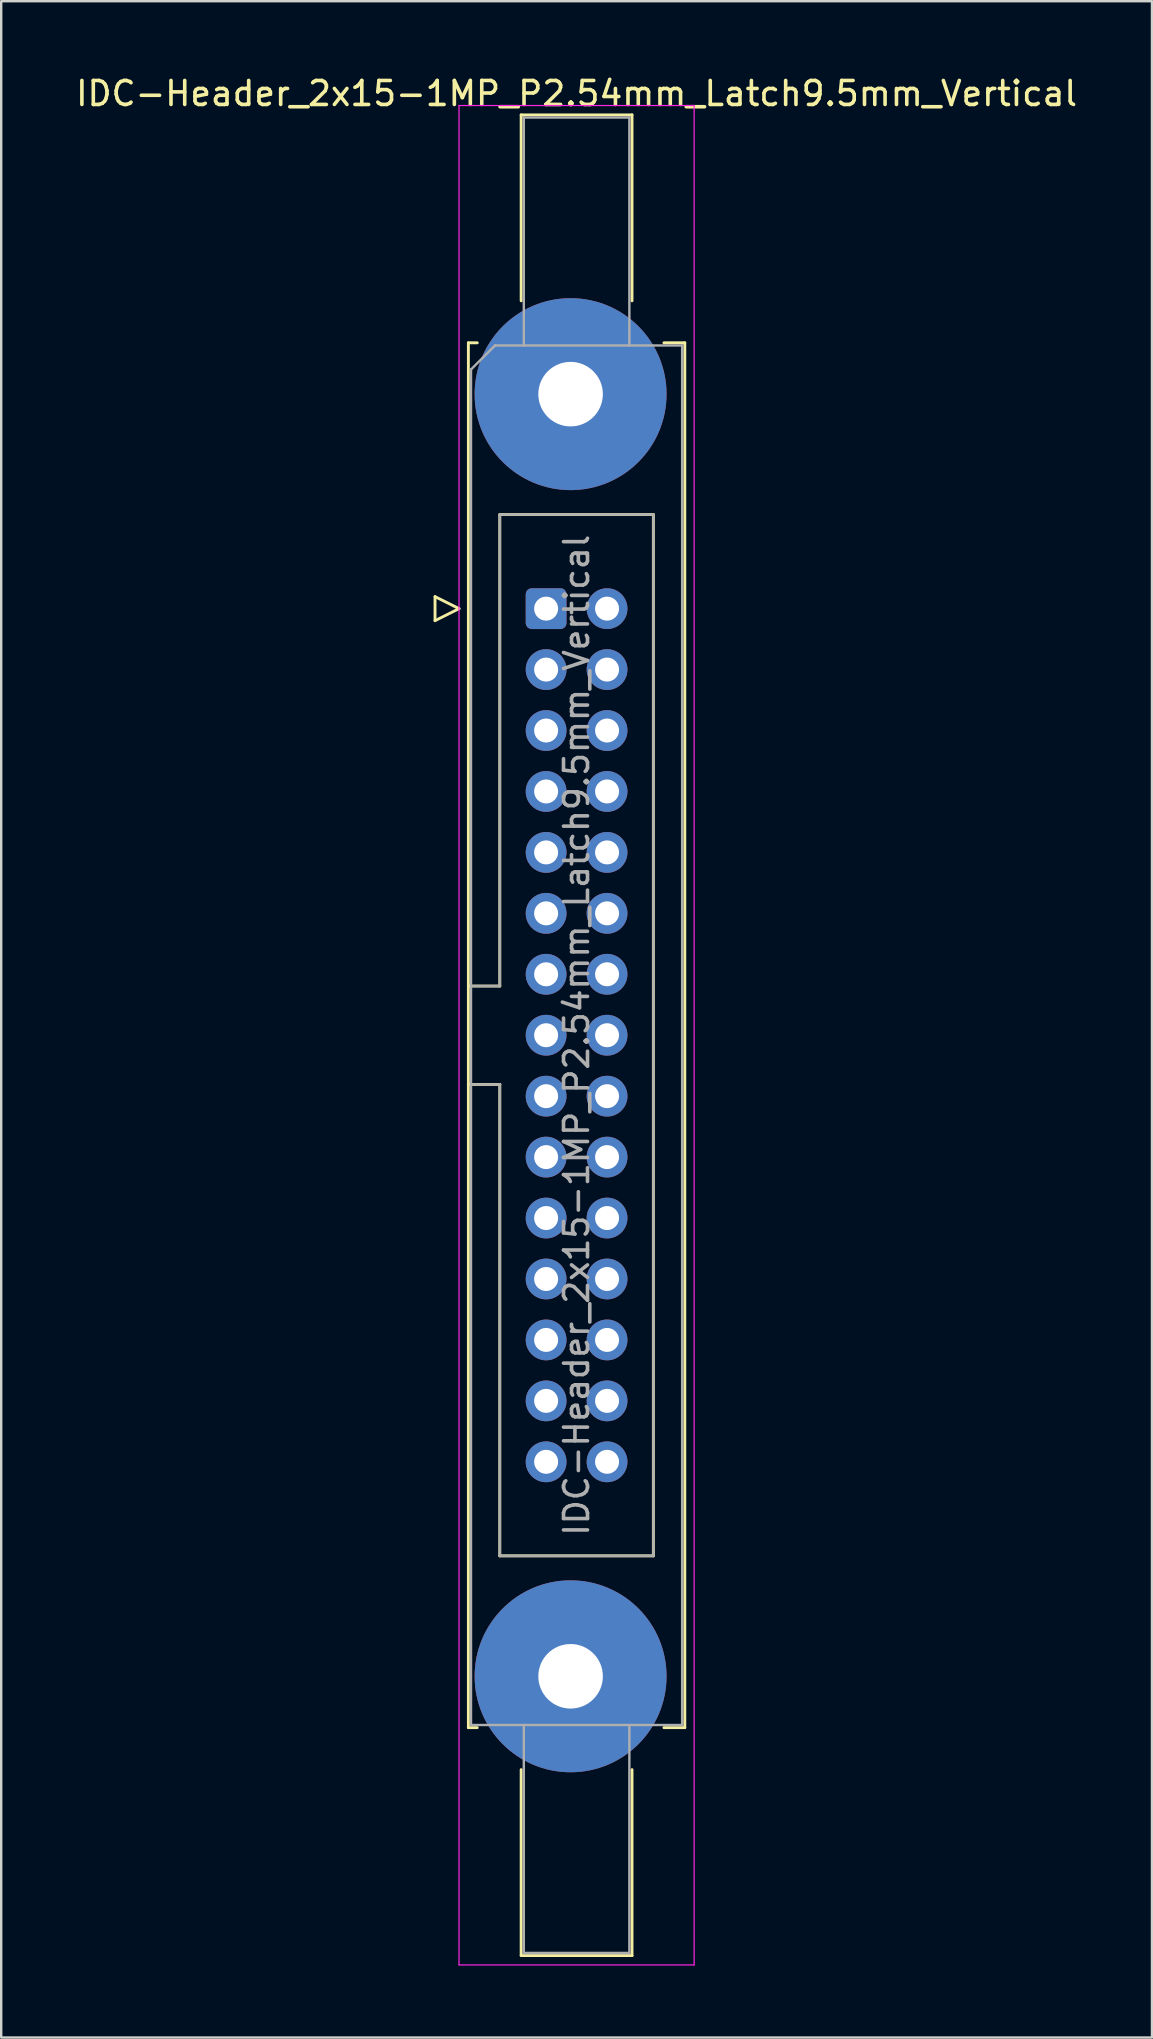
<source format=kicad_pcb>
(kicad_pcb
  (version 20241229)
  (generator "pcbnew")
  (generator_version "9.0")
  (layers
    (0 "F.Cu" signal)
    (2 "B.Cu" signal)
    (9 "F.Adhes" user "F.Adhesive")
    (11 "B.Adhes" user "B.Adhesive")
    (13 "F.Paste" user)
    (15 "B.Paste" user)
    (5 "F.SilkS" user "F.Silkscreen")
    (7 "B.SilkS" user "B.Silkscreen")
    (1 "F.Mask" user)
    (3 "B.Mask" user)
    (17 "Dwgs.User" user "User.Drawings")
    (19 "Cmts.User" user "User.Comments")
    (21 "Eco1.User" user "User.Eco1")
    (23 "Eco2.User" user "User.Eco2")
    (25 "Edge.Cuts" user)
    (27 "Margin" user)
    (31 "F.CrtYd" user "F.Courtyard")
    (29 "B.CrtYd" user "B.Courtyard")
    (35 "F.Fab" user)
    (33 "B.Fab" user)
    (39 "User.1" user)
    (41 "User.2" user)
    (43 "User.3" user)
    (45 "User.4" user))
  (footprint "IDC-Header_2x15-1MP_P2.54mm_Latch9.5mm_Vertical"
    (layer "F.Cu")
    (at 19.712 22.318)
    (property "Reference" "IDC-Header_2x15-1MP_P2.54mm_Latch9.5mm_Vertical" (at 1.27 -21.47 0) (layer "F.SilkS") (effects (font (size 1 1) (thickness 0.15))))
    (attr through_hole)
    (fp_line (start -4.63 -0.5) (end -4.63 0.5) (stroke (width 0.12) (type solid)) (layer "F.SilkS"))
    (fp_line (start -4.63 0.5) (end -3.63 0) (stroke (width 0.12) (type solid)) (layer "F.SilkS"))
    (fp_line (start -3.63 0) (end -4.63 -0.5) (stroke (width 0.12) (type solid)) (layer "F.SilkS"))
    (fp_line (start -3.24 -11.08) (end -3.24 46.64) (stroke (width 0.12) (type solid)) (layer "F.SilkS"))
    (fp_line (start -3.24 15.73) (end -1.93 15.73) (stroke (width 0.12) (type solid)) (layer "F.SilkS"))
    (fp_line (start -3.24 46.64) (end -2.87 46.64) (stroke (width 0.12) (type solid)) (layer "F.SilkS"))
    (fp_line (start -2.87 -11.08) (end -3.24 -11.08) (stroke (width 0.12) (type solid)) (layer "F.SilkS"))
    (fp_line (start -1.93 -3.92) (end 4.47 -3.92) (stroke (width 0.12) (type solid)) (layer "F.SilkS"))
    (fp_line (start -1.93 15.73) (end -1.93 -3.92) (stroke (width 0.12) (type solid)) (layer "F.SilkS"))
    (fp_line (start -1.93 19.83) (end -3.24 19.83) (stroke (width 0.12) (type solid)) (layer "F.SilkS"))
    (fp_line (start -1.93 19.83) (end -1.93 19.83) (stroke (width 0.12) (type solid)) (layer "F.SilkS"))
    (fp_line (start -1.93 39.48) (end -1.93 19.83) (stroke (width 0.12) (type solid)) (layer "F.SilkS"))
    (fp_line (start -1.04 -20.58) (end 3.58 -20.58) (stroke (width 0.12) (type solid)) (layer "F.SilkS"))
    (fp_line (start -1.04 -12.83) (end -1.04 -20.58) (stroke (width 0.12) (type solid)) (layer "F.SilkS"))
    (fp_line (start -1.04 48.39) (end -1.04 56.14) (stroke (width 0.12) (type solid)) (layer "F.SilkS"))
    (fp_line (start -1.04 56.14) (end 3.58 56.14) (stroke (width 0.12) (type solid)) (layer "F.SilkS"))
    (fp_line (start 3.58 -20.58) (end 3.58 -12.83) (stroke (width 0.12) (type solid)) (layer "F.SilkS"))
    (fp_line (start 3.58 56.14) (end 3.58 48.39) (stroke (width 0.12) (type solid)) (layer "F.SilkS"))
    (fp_line (start 4.47 -3.92) (end 4.47 39.48) (stroke (width 0.12) (type solid)) (layer "F.SilkS"))
    (fp_line (start 4.47 39.48) (end -1.93 39.48) (stroke (width 0.12) (type solid)) (layer "F.SilkS"))
    (fp_line (start 4.91 -11.08) (end 5.78 -11.08) (stroke (width 0.12) (type solid)) (layer "F.SilkS"))
    (fp_line (start 5.78 -11.08) (end 5.78 46.64) (stroke (width 0.12) (type solid)) (layer "F.SilkS"))
    (fp_line (start 5.78 46.64) (end 4.91 46.64) (stroke (width 0.12) (type solid)) (layer "F.SilkS"))
    (fp_line (start -3.63 -20.97) (end -3.63 56.53) (stroke (width 0.05) (type solid)) (layer "F.CrtYd"))
    (fp_line (start -3.63 56.53) (end 6.17 56.53) (stroke (width 0.05) (type solid)) (layer "F.CrtYd"))
    (fp_line (start 6.17 -20.97) (end -3.63 -20.97) (stroke (width 0.05) (type solid)) (layer "F.CrtYd"))
    (fp_line (start 6.17 56.53) (end 6.17 -20.97) (stroke (width 0.05) (type solid)) (layer "F.CrtYd"))
    (fp_line (start -3.13 -9.97) (end -2.13 -10.97) (stroke (width 0.1) (type solid)) (layer "F.Fab"))
    (fp_line (start -3.13 15.73) (end -1.93 15.73) (stroke (width 0.1) (type solid)) (layer "F.Fab"))
    (fp_line (start -3.13 46.53) (end -3.13 -9.97) (stroke (width 0.1) (type solid)) (layer "F.Fab"))
    (fp_line (start -2.13 -10.97) (end 5.67 -10.97) (stroke (width 0.1) (type solid)) (layer "F.Fab"))
    (fp_line (start -1.93 -3.92) (end 4.47 -3.92) (stroke (width 0.1) (type solid)) (layer "F.Fab"))
    (fp_line (start -1.93 15.73) (end -1.93 -3.92) (stroke (width 0.1) (type solid)) (layer "F.Fab"))
    (fp_line (start -1.93 19.83) (end -3.13 19.83) (stroke (width 0.1) (type solid)) (layer "F.Fab"))
    (fp_line (start -1.93 19.83) (end -1.93 19.83) (stroke (width 0.1) (type solid)) (layer "F.Fab"))
    (fp_line (start -1.93 39.48) (end -1.93 19.83) (stroke (width 0.1) (type solid)) (layer "F.Fab"))
    (fp_line (start -0.93 -20.47) (end 3.47 -20.47) (stroke (width 0.1) (type solid)) (layer "F.Fab"))
    (fp_line (start -0.93 -10.97) (end -0.93 -20.47) (stroke (width 0.1) (type solid)) (layer "F.Fab"))
    (fp_line (start -0.93 46.53) (end -0.93 56.03) (stroke (width 0.1) (type solid)) (layer "F.Fab"))
    (fp_line (start -0.93 56.03) (end 3.47 56.03) (stroke (width 0.1) (type solid)) (layer "F.Fab"))
    (fp_line (start 3.47 -20.47) (end 3.47 -10.97) (stroke (width 0.1) (type solid)) (layer "F.Fab"))
    (fp_line (start 3.47 56.03) (end 3.47 46.53) (stroke (width 0.1) (type solid)) (layer "F.Fab"))
    (fp_line (start 4.47 -3.92) (end 4.47 39.48) (stroke (width 0.1) (type solid)) (layer "F.Fab"))
    (fp_line (start 4.47 39.48) (end -1.93 39.48) (stroke (width 0.1) (type solid)) (layer "F.Fab"))
    (fp_line (start 5.67 -10.97) (end 5.67 46.53) (stroke (width 0.1) (type solid)) (layer "F.Fab"))
    (fp_line (start 5.67 46.53) (end -3.13 46.53) (stroke (width 0.1) (type solid)) (layer "F.Fab"))
    (fp_text user "${REFERENCE}" (at 1.27 17.78 90) (layer "F.Fab") (effects (font (size 1 1) (thickness 0.15))))
    (pad "1" thru_hole roundrect (at 0 0) (size 1.7 1.7) (drill 1) (layers "*.Cu" "*.Mask") (roundrect_rratio 0.147))
    (pad "2" thru_hole circle (at 2.54 0) (size 1.7 1.7) (drill 1) (layers "*.Cu" "*.Mask"))
    (pad "3" thru_hole circle (at 0 2.54) (size 1.7 1.7) (drill 1) (layers "*.Cu" "*.Mask"))
    (pad "4" thru_hole circle (at 2.54 2.54) (size 1.7 1.7) (drill 1) (layers "*.Cu" "*.Mask"))
    (pad "5" thru_hole circle (at 0 5.08) (size 1.7 1.7) (drill 1) (layers "*.Cu" "*.Mask"))
    (pad "6" thru_hole circle (at 2.54 5.08) (size 1.7 1.7) (drill 1) (layers "*.Cu" "*.Mask"))
    (pad "7" thru_hole circle (at 0 7.62) (size 1.7 1.7) (drill 1) (layers "*.Cu" "*.Mask"))
    (pad "8" thru_hole circle (at 2.54 7.62) (size 1.7 1.7) (drill 1) (layers "*.Cu" "*.Mask"))
    (pad "9" thru_hole circle (at 0 10.16) (size 1.7 1.7) (drill 1) (layers "*.Cu" "*.Mask"))
    (pad "10" thru_hole circle (at 2.54 10.16) (size 1.7 1.7) (drill 1) (layers "*.Cu" "*.Mask"))
    (pad "11" thru_hole circle (at 0 12.7) (size 1.7 1.7) (drill 1) (layers "*.Cu" "*.Mask"))
    (pad "12" thru_hole circle (at 2.54 12.7) (size 1.7 1.7) (drill 1) (layers "*.Cu" "*.Mask"))
    (pad "13" thru_hole circle (at 0 15.24) (size 1.7 1.7) (drill 1) (layers "*.Cu" "*.Mask"))
    (pad "14" thru_hole circle (at 2.54 15.24) (size 1.7 1.7) (drill 1) (layers "*.Cu" "*.Mask"))
    (pad "15" thru_hole circle (at 0 17.78) (size 1.7 1.7) (drill 1) (layers "*.Cu" "*.Mask"))
    (pad "16" thru_hole circle (at 2.54 17.78) (size 1.7 1.7) (drill 1) (layers "*.Cu" "*.Mask"))
    (pad "17" thru_hole circle (at 0 20.32) (size 1.7 1.7) (drill 1) (layers "*.Cu" "*.Mask"))
    (pad "18" thru_hole circle (at 2.54 20.32) (size 1.7 1.7) (drill 1) (layers "*.Cu" "*.Mask"))
    (pad "19" thru_hole circle (at 0 22.86) (size 1.7 1.7) (drill 1) (layers "*.Cu" "*.Mask"))
    (pad "20" thru_hole circle (at 2.54 22.86) (size 1.7 1.7) (drill 1) (layers "*.Cu" "*.Mask"))
    (pad "21" thru_hole circle (at 0 25.4) (size 1.7 1.7) (drill 1) (layers "*.Cu" "*.Mask"))
    (pad "22" thru_hole circle (at 2.54 25.4) (size 1.7 1.7) (drill 1) (layers "*.Cu" "*.Mask"))
    (pad "23" thru_hole circle (at 0 27.94) (size 1.7 1.7) (drill 1) (layers "*.Cu" "*.Mask"))
    (pad "24" thru_hole circle (at 2.54 27.94) (size 1.7 1.7) (drill 1) (layers "*.Cu" "*.Mask"))
    (pad "25" thru_hole circle (at 0 30.48) (size 1.7 1.7) (drill 1) (layers "*.Cu" "*.Mask"))
    (pad "26" thru_hole circle (at 2.54 30.48) (size 1.7 1.7) (drill 1) (layers "*.Cu" "*.Mask"))
    (pad "27" thru_hole circle (at 0 33.02) (size 1.7 1.7) (drill 1) (layers "*.Cu" "*.Mask"))
    (pad "28" thru_hole circle (at 2.54 33.02) (size 1.7 1.7) (drill 1) (layers "*.Cu" "*.Mask"))
    (pad "29" thru_hole circle (at 0 35.56) (size 1.7 1.7) (drill 1) (layers "*.Cu" "*.Mask"))
    (pad "30" thru_hole circle (at 2.54 35.56) (size 1.7 1.7) (drill 1) (layers "*.Cu" "*.Mask"))
    (pad "MP" thru_hole circle (at 1.02 -8.94) (size 8 8) (drill 2.69) (layers "*.Cu" "*.Mask"))
    (pad "MP" thru_hole circle (at 1.02 44.5) (size 8 8) (drill 2.69) (layers "*.Cu" "*.Mask")))
  (gr_rect
    (start -3 -3)
    (end 44.964 81.873)
    (stroke (width 0.1) (type default))
    (fill no)
    (layer "Edge.Cuts")))
</source>
